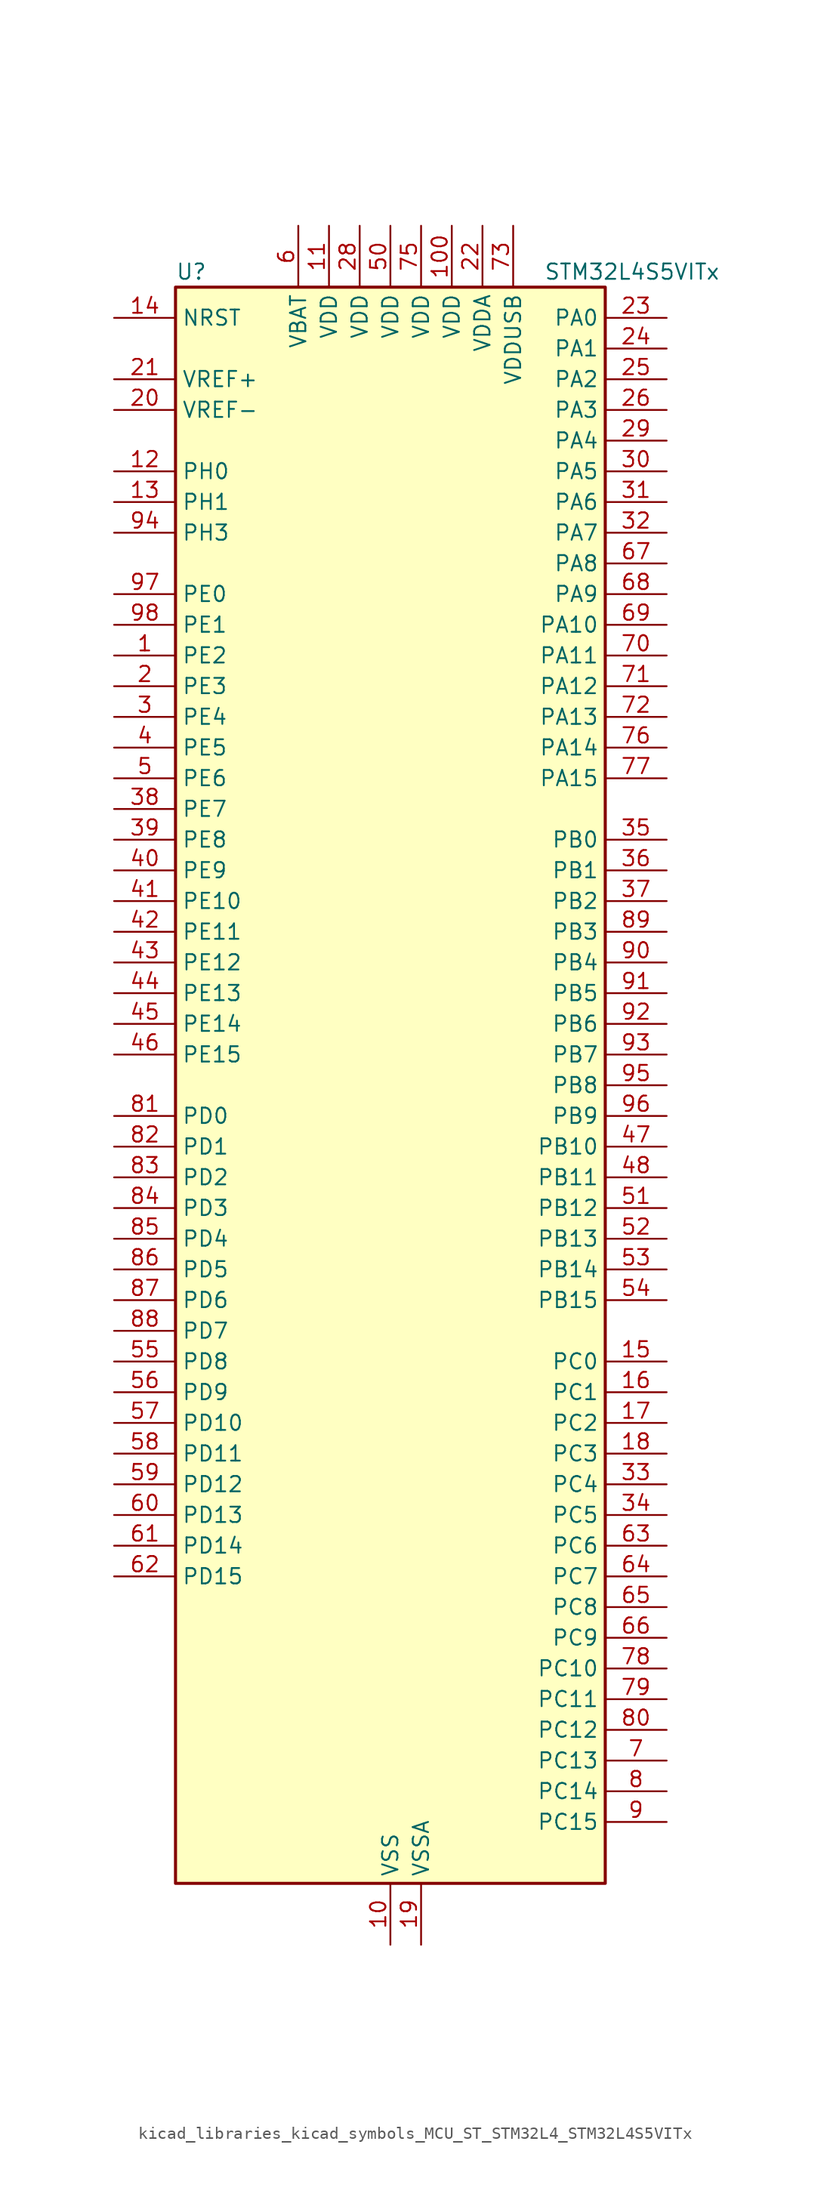
<source format=kicad_sym>
(kicad_symbol_lib
  (version 20220914)
  (generator kicad_symbol_editor)
  (symbol "kicad_libraries_kicad_symbols_MCU_ST_STM32L4_STM32L4S5VITx"
    (property "Reference" "U"
      (at -17.78 67.31 0)
      (effects (font (size 1.27 1.27)) (justify left)))
    (property "Value" "STM32L4S5VITx"
      (at 12.7 67.31 0)
      (effects (font (size 1.27 1.27)) (justify left)))
    (property "ki_locked" ""
      (at 0 0 0)
      (effects (font (size 1.27 1.27))))
    (symbol "kicad_libraries_kicad_symbols_MCU_ST_STM32L4_STM32L4S5VITx_0_1"
      (rectangle (start -17.78 -66.04) (end 17.78 66.04) (stroke (width 0.254) (type default)) (fill (type background))))
    (symbol "kicad_libraries_kicad_symbols_MCU_ST_STM32L4_STM32L4S5VITx_1_1"
      (pin bidirectional line (at -22.86 35.56 0) (length 5.08) (name "PE2" (effects (font (size 1.27 1.27)))) (number "1" (effects (font (size 1.27 1.27)))) (alternate "FMC_A23" bidirectional line) (alternate "SAI1_CK1" bidirectional line) (alternate "SAI1_MCLK_A" bidirectional line) (alternate "SYS_TRACECLK" bidirectional line) (alternate "TIM3_ETR" bidirectional line) (alternate "TSC_G7_IO1" bidirectional line))
      (pin power_in line (at 0 -71.12 90) (length 5.08) (name "VSS" (effects (font (size 1.27 1.27)))) (number "10" (effects (font (size 1.27 1.27)))))
      (pin power_in line (at 5.08 71.12 270) (length 5.08) (name "VDD" (effects (font (size 1.27 1.27)))) (number "100" (effects (font (size 1.27 1.27)))))
      (pin power_in line (at -5.08 71.12 270) (length 5.08) (name "VDD" (effects (font (size 1.27 1.27)))) (number "11" (effects (font (size 1.27 1.27)))))
      (pin bidirectional line (at -22.86 50.8 0) (length 5.08) (name "PH0" (effects (font (size 1.27 1.27)))) (number "12" (effects (font (size 1.27 1.27)))) (alternate "RCC_OSC_IN" bidirectional line))
      (pin bidirectional line (at -22.86 48.26 0) (length 5.08) (name "PH1" (effects (font (size 1.27 1.27)))) (number "13" (effects (font (size 1.27 1.27)))) (alternate "RCC_OSC_OUT" bidirectional line))
      (pin input line (at -22.86 63.5 0) (length 5.08) (name "NRST" (effects (font (size 1.27 1.27)))) (number "14" (effects (font (size 1.27 1.27)))))
      (pin bidirectional line (at 22.86 -22.86 180) (length 5.08) (name "PC0" (effects (font (size 1.27 1.27)))) (number "15" (effects (font (size 1.27 1.27)))) (alternate "ADC1_IN1" bidirectional line) (alternate "DFSDM1_DATIN4" bidirectional line) (alternate "I2C3_SCL" bidirectional line) (alternate "LPTIM1_IN1" bidirectional line) (alternate "LPTIM2_IN1" bidirectional line) (alternate "LPUART1_RX" bidirectional line) (alternate "SAI2_FS_A" bidirectional line))
      (pin bidirectional line (at 22.86 -25.4 180) (length 5.08) (name "PC1" (effects (font (size 1.27 1.27)))) (number "16" (effects (font (size 1.27 1.27)))) (alternate "ADC1_IN2" bidirectional line) (alternate "DFSDM1_CKIN4" bidirectional line) (alternate "I2C3_SDA" bidirectional line) (alternate "LPTIM1_OUT" bidirectional line) (alternate "LPUART1_TX" bidirectional line) (alternate "OCTOSPIM_P1_IO4" bidirectional line) (alternate "SAI1_SD_A" bidirectional line) (alternate "SPI2_MOSI" bidirectional line) (alternate "SYS_TRACED0" bidirectional line))
      (pin bidirectional line (at 22.86 -27.94 180) (length 5.08) (name "PC2" (effects (font (size 1.27 1.27)))) (number "17" (effects (font (size 1.27 1.27)))) (alternate "ADC1_IN3" bidirectional line) (alternate "DFSDM1_CKOUT" bidirectional line) (alternate "LPTIM1_IN2" bidirectional line) (alternate "OCTOSPIM_P1_IO5" bidirectional line) (alternate "SPI2_MISO" bidirectional line))
      (pin bidirectional line (at 22.86 -30.48 180) (length 5.08) (name "PC3" (effects (font (size 1.27 1.27)))) (number "18" (effects (font (size 1.27 1.27)))) (alternate "ADC1_IN4" bidirectional line) (alternate "LPTIM1_ETR" bidirectional line) (alternate "LPTIM2_ETR" bidirectional line) (alternate "OCTOSPIM_P1_IO6" bidirectional line) (alternate "SAI1_D1" bidirectional line) (alternate "SAI1_SD_A" bidirectional line) (alternate "SPI2_MOSI" bidirectional line))
      (pin power_in line (at 2.54 -71.12 90) (length 5.08) (name "VSSA" (effects (font (size 1.27 1.27)))) (number "19" (effects (font (size 1.27 1.27)))))
      (pin bidirectional line (at -22.86 33.02 0) (length 5.08) (name "PE3" (effects (font (size 1.27 1.27)))) (number "2" (effects (font (size 1.27 1.27)))) (alternate "FMC_A19" bidirectional line) (alternate "OCTOSPIM_P1_DQS" bidirectional line) (alternate "SAI1_SD_B" bidirectional line) (alternate "SYS_TRACED0" bidirectional line) (alternate "TIM3_CH1" bidirectional line) (alternate "TSC_G7_IO2" bidirectional line))
      (pin input line (at -22.86 55.88 0) (length 5.08) (name "VREF-" (effects (font (size 1.27 1.27)))) (number "20" (effects (font (size 1.27 1.27)))))
      (pin input line (at -22.86 58.42 0) (length 5.08) (name "VREF+" (effects (font (size 1.27 1.27)))) (number "21" (effects (font (size 1.27 1.27)))) (alternate "VREFBUF_OUT" bidirectional line))
      (pin power_in line (at 7.62 71.12 270) (length 5.08) (name "VDDA" (effects (font (size 1.27 1.27)))) (number "22" (effects (font (size 1.27 1.27)))))
      (pin bidirectional line (at 22.86 63.5 180) (length 5.08) (name "PA0" (effects (font (size 1.27 1.27)))) (number "23" (effects (font (size 1.27 1.27)))) (alternate "ADC1_IN5" bidirectional line) (alternate "OPAMP1_VINP" bidirectional line) (alternate "RTC_TAMP2" bidirectional line) (alternate "SAI1_EXTCLK" bidirectional line) (alternate "SYS_WKUP1" bidirectional line) (alternate "TIM2_CH1" bidirectional line) (alternate "TIM2_ETR" bidirectional line) (alternate "TIM5_CH1" bidirectional line) (alternate "TIM8_ETR" bidirectional line) (alternate "UART4_TX" bidirectional line) (alternate "USART2_CTS" bidirectional line) (alternate "USART2_NSS" bidirectional line))
      (pin bidirectional line (at 22.86 60.96 180) (length 5.08) (name "PA1" (effects (font (size 1.27 1.27)))) (number "24" (effects (font (size 1.27 1.27)))) (alternate "ADC1_IN6" bidirectional line) (alternate "I2C1_SMBA" bidirectional line) (alternate "OCTOSPIM_P1_DQS" bidirectional line) (alternate "OPAMP1_VINM" bidirectional line) (alternate "SPI1_SCK" bidirectional line) (alternate "TIM15_CH1N" bidirectional line) (alternate "TIM2_CH2" bidirectional line) (alternate "TIM5_CH2" bidirectional line) (alternate "UART4_RX" bidirectional line) (alternate "USART2_DE" bidirectional line) (alternate "USART2_RTS" bidirectional line))
      (pin bidirectional line (at 22.86 58.42 180) (length 5.08) (name "PA2" (effects (font (size 1.27 1.27)))) (number "25" (effects (font (size 1.27 1.27)))) (alternate "ADC1_IN7" bidirectional line) (alternate "LPUART1_TX" bidirectional line) (alternate "OCTOSPIM_P1_NCS" bidirectional line) (alternate "RCC_LSCO" bidirectional line) (alternate "SAI2_EXTCLK" bidirectional line) (alternate "SYS_WKUP4" bidirectional line) (alternate "TIM15_CH1" bidirectional line) (alternate "TIM2_CH3" bidirectional line) (alternate "TIM5_CH3" bidirectional line) (alternate "USART2_TX" bidirectional line))
      (pin bidirectional line (at 22.86 55.88 180) (length 5.08) (name "PA3" (effects (font (size 1.27 1.27)))) (number "26" (effects (font (size 1.27 1.27)))) (alternate "ADC1_IN8" bidirectional line) (alternate "LPUART1_RX" bidirectional line) (alternate "OCTOSPIM_P1_CLK" bidirectional line) (alternate "OPAMP1_VOUT" bidirectional line) (alternate "SAI1_CK1" bidirectional line) (alternate "SAI1_MCLK_A" bidirectional line) (alternate "TIM15_CH2" bidirectional line) (alternate "TIM2_CH4" bidirectional line) (alternate "TIM5_CH4" bidirectional line) (alternate "USART2_RX" bidirectional line))
      (pin passive line (at 0 -71.12 90) (length 5.08) hide (name "VSS" (effects (font (size 1.27 1.27)))) (number "27" (effects (font (size 1.27 1.27)))))
      (pin power_in line (at -2.54 71.12 270) (length 5.08) (name "VDD" (effects (font (size 1.27 1.27)))) (number "28" (effects (font (size 1.27 1.27)))))
      (pin bidirectional line (at 22.86 53.34 180) (length 5.08) (name "PA4" (effects (font (size 1.27 1.27)))) (number "29" (effects (font (size 1.27 1.27)))) (alternate "ADC1_IN9" bidirectional line) (alternate "DAC1_OUT1" bidirectional line) (alternate "DCMI_HSYNC" bidirectional line) (alternate "LPTIM2_OUT" bidirectional line) (alternate "OCTOSPIM_P1_NCS" bidirectional line) (alternate "SAI1_FS_B" bidirectional line) (alternate "SPI1_NSS" bidirectional line) (alternate "SPI3_NSS" bidirectional line) (alternate "USART2_CK" bidirectional line))
      (pin bidirectional line (at -22.86 30.48 0) (length 5.08) (name "PE4" (effects (font (size 1.27 1.27)))) (number "3" (effects (font (size 1.27 1.27)))) (alternate "DCMI_D4" bidirectional line) (alternate "DFSDM1_DATIN3" bidirectional line) (alternate "FMC_A20" bidirectional line) (alternate "SAI1_D2" bidirectional line) (alternate "SAI1_FS_A" bidirectional line) (alternate "SYS_TRACED1" bidirectional line) (alternate "TIM3_CH2" bidirectional line) (alternate "TSC_G7_IO3" bidirectional line))
      (pin bidirectional line (at 22.86 50.8 180) (length 5.08) (name "PA5" (effects (font (size 1.27 1.27)))) (number "30" (effects (font (size 1.27 1.27)))) (alternate "ADC1_IN10" bidirectional line) (alternate "DAC1_OUT2" bidirectional line) (alternate "LPTIM2_ETR" bidirectional line) (alternate "SPI1_SCK" bidirectional line) (alternate "TIM2_CH1" bidirectional line) (alternate "TIM2_ETR" bidirectional line) (alternate "TIM8_CH1N" bidirectional line))
      (pin bidirectional line (at 22.86 48.26 180) (length 5.08) (name "PA6" (effects (font (size 1.27 1.27)))) (number "31" (effects (font (size 1.27 1.27)))) (alternate "ADC1_IN11" bidirectional line) (alternate "DCMI_PIXCLK" bidirectional line) (alternate "LPUART1_CTS" bidirectional line) (alternate "OCTOSPIM_P1_IO3" bidirectional line) (alternate "OPAMP2_VINP" bidirectional line) (alternate "SPI1_MISO" bidirectional line) (alternate "TIM16_CH1" bidirectional line) (alternate "TIM1_BKIN" bidirectional line) (alternate "TIM3_CH1" bidirectional line) (alternate "TIM8_BKIN" bidirectional line) (alternate "USART3_CTS" bidirectional line) (alternate "USART3_NSS" bidirectional line))
      (pin bidirectional line (at 22.86 45.72 180) (length 5.08) (name "PA7" (effects (font (size 1.27 1.27)))) (number "32" (effects (font (size 1.27 1.27)))) (alternate "ADC1_IN12" bidirectional line) (alternate "I2C3_SCL" bidirectional line) (alternate "OCTOSPIM_P1_IO2" bidirectional line) (alternate "OPAMP2_VINM" bidirectional line) (alternate "SPI1_MOSI" bidirectional line) (alternate "TIM17_CH1" bidirectional line) (alternate "TIM1_CH1N" bidirectional line) (alternate "TIM3_CH2" bidirectional line) (alternate "TIM8_CH1N" bidirectional line))
      (pin bidirectional line (at 22.86 -33.02 180) (length 5.08) (name "PC4" (effects (font (size 1.27 1.27)))) (number "33" (effects (font (size 1.27 1.27)))) (alternate "ADC1_IN13" bidirectional line) (alternate "COMP1_INM" bidirectional line) (alternate "OCTOSPIM_P1_IO7" bidirectional line) (alternate "USART3_TX" bidirectional line))
      (pin bidirectional line (at 22.86 -35.56 180) (length 5.08) (name "PC5" (effects (font (size 1.27 1.27)))) (number "34" (effects (font (size 1.27 1.27)))) (alternate "ADC1_IN14" bidirectional line) (alternate "COMP1_INP" bidirectional line) (alternate "SAI1_D3" bidirectional line) (alternate "SYS_WKUP5" bidirectional line) (alternate "USART3_RX" bidirectional line))
      (pin bidirectional line (at 22.86 20.32 180) (length 5.08) (name "PB0" (effects (font (size 1.27 1.27)))) (number "35" (effects (font (size 1.27 1.27)))) (alternate "ADC1_IN15" bidirectional line) (alternate "COMP1_OUT" bidirectional line) (alternate "OCTOSPIM_P1_IO1" bidirectional line) (alternate "OPAMP2_VOUT" bidirectional line) (alternate "SAI1_EXTCLK" bidirectional line) (alternate "SPI1_NSS" bidirectional line) (alternate "TIM1_CH2N" bidirectional line) (alternate "TIM3_CH3" bidirectional line) (alternate "TIM8_CH2N" bidirectional line) (alternate "USART3_CK" bidirectional line))
      (pin bidirectional line (at 22.86 17.78 180) (length 5.08) (name "PB1" (effects (font (size 1.27 1.27)))) (number "36" (effects (font (size 1.27 1.27)))) (alternate "ADC1_IN16" bidirectional line) (alternate "COMP1_INM" bidirectional line) (alternate "DFSDM1_DATIN0" bidirectional line) (alternate "LPTIM2_IN1" bidirectional line) (alternate "LPUART1_DE" bidirectional line) (alternate "LPUART1_RTS" bidirectional line) (alternate "OCTOSPIM_P1_IO0" bidirectional line) (alternate "TIM1_CH3N" bidirectional line) (alternate "TIM3_CH4" bidirectional line) (alternate "TIM8_CH3N" bidirectional line) (alternate "USART3_DE" bidirectional line) (alternate "USART3_RTS" bidirectional line))
      (pin bidirectional line (at 22.86 15.24 180) (length 5.08) (name "PB2" (effects (font (size 1.27 1.27)))) (number "37" (effects (font (size 1.27 1.27)))) (alternate "COMP1_INP" bidirectional line) (alternate "DFSDM1_CKIN0" bidirectional line) (alternate "I2C3_SMBA" bidirectional line) (alternate "LPTIM1_OUT" bidirectional line) (alternate "OCTOSPIM_P1_DQS" bidirectional line) (alternate "RTC_OUT_ALARM" bidirectional line) (alternate "RTC_OUT_CALIB" bidirectional line))
      (pin bidirectional line (at -22.86 22.86 0) (length 5.08) (name "PE7" (effects (font (size 1.27 1.27)))) (number "38" (effects (font (size 1.27 1.27)))) (alternate "DFSDM1_DATIN2" bidirectional line) (alternate "FMC_D4" bidirectional line) (alternate "FMC_DA4" bidirectional line) (alternate "SAI1_SD_B" bidirectional line) (alternate "TIM1_ETR" bidirectional line))
      (pin bidirectional line (at -22.86 20.32 0) (length 5.08) (name "PE8" (effects (font (size 1.27 1.27)))) (number "39" (effects (font (size 1.27 1.27)))) (alternate "DFSDM1_CKIN2" bidirectional line) (alternate "FMC_D5" bidirectional line) (alternate "FMC_DA5" bidirectional line) (alternate "SAI1_SCK_B" bidirectional line) (alternate "TIM1_CH1N" bidirectional line))
      (pin bidirectional line (at -22.86 27.94 0) (length 5.08) (name "PE5" (effects (font (size 1.27 1.27)))) (number "4" (effects (font (size 1.27 1.27)))) (alternate "DCMI_D6" bidirectional line) (alternate "DFSDM1_CKIN3" bidirectional line) (alternate "FMC_A21" bidirectional line) (alternate "SAI1_CK2" bidirectional line) (alternate "SAI1_SCK_A" bidirectional line) (alternate "SYS_TRACED2" bidirectional line) (alternate "TIM3_CH3" bidirectional line) (alternate "TSC_G7_IO4" bidirectional line))
      (pin bidirectional line (at -22.86 17.78 0) (length 5.08) (name "PE9" (effects (font (size 1.27 1.27)))) (number "40" (effects (font (size 1.27 1.27)))) (alternate "DAC1_EXTI9" bidirectional line) (alternate "DFSDM1_CKOUT" bidirectional line) (alternate "FMC_D6" bidirectional line) (alternate "FMC_DA6" bidirectional line) (alternate "SAI1_FS_B" bidirectional line) (alternate "TIM1_CH1" bidirectional line))
      (pin bidirectional line (at -22.86 15.24 0) (length 5.08) (name "PE10" (effects (font (size 1.27 1.27)))) (number "41" (effects (font (size 1.27 1.27)))) (alternate "DFSDM1_DATIN4" bidirectional line) (alternate "FMC_D7" bidirectional line) (alternate "FMC_DA7" bidirectional line) (alternate "OCTOSPIM_P1_CLK" bidirectional line) (alternate "SAI1_MCLK_B" bidirectional line) (alternate "TIM1_CH2N" bidirectional line) (alternate "TSC_G5_IO1" bidirectional line))
      (pin bidirectional line (at -22.86 12.7 0) (length 5.08) (name "PE11" (effects (font (size 1.27 1.27)))) (number "42" (effects (font (size 1.27 1.27)))) (alternate "ADC1_EXTI11" bidirectional line) (alternate "DFSDM1_CKIN4" bidirectional line) (alternate "FMC_D8" bidirectional line) (alternate "FMC_DA8" bidirectional line) (alternate "OCTOSPIM_P1_NCS" bidirectional line) (alternate "TIM1_CH2" bidirectional line) (alternate "TSC_G5_IO2" bidirectional line))
      (pin bidirectional line (at -22.86 10.16 0) (length 5.08) (name "PE12" (effects (font (size 1.27 1.27)))) (number "43" (effects (font (size 1.27 1.27)))) (alternate "DFSDM1_DATIN5" bidirectional line) (alternate "FMC_D9" bidirectional line) (alternate "FMC_DA9" bidirectional line) (alternate "OCTOSPIM_P1_IO0" bidirectional line) (alternate "SPI1_NSS" bidirectional line) (alternate "TIM1_CH3N" bidirectional line) (alternate "TSC_G5_IO3" bidirectional line))
      (pin bidirectional line (at -22.86 7.62 0) (length 5.08) (name "PE13" (effects (font (size 1.27 1.27)))) (number "44" (effects (font (size 1.27 1.27)))) (alternate "DFSDM1_CKIN5" bidirectional line) (alternate "FMC_D10" bidirectional line) (alternate "FMC_DA10" bidirectional line) (alternate "OCTOSPIM_P1_IO1" bidirectional line) (alternate "SPI1_SCK" bidirectional line) (alternate "TIM1_CH3" bidirectional line) (alternate "TSC_G5_IO4" bidirectional line))
      (pin bidirectional line (at -22.86 5.08 0) (length 5.08) (name "PE14" (effects (font (size 1.27 1.27)))) (number "45" (effects (font (size 1.27 1.27)))) (alternate "FMC_D11" bidirectional line) (alternate "FMC_DA11" bidirectional line) (alternate "OCTOSPIM_P1_IO2" bidirectional line) (alternate "SPI1_MISO" bidirectional line) (alternate "TIM1_BKIN2" bidirectional line) (alternate "TIM1_CH4" bidirectional line))
      (pin bidirectional line (at -22.86 2.54 0) (length 5.08) (name "PE15" (effects (font (size 1.27 1.27)))) (number "46" (effects (font (size 1.27 1.27)))) (alternate "ADC1_EXTI15" bidirectional line) (alternate "FMC_D12" bidirectional line) (alternate "FMC_DA12" bidirectional line) (alternate "OCTOSPIM_P1_IO3" bidirectional line) (alternate "SPI1_MOSI" bidirectional line) (alternate "TIM1_BKIN" bidirectional line))
      (pin bidirectional line (at 22.86 -5.08 180) (length 5.08) (name "PB10" (effects (font (size 1.27 1.27)))) (number "47" (effects (font (size 1.27 1.27)))) (alternate "COMP1_OUT" bidirectional line) (alternate "DFSDM1_DATIN7" bidirectional line) (alternate "I2C2_SCL" bidirectional line) (alternate "I2C4_SCL" bidirectional line) (alternate "LPUART1_RX" bidirectional line) (alternate "OCTOSPIM_P1_CLK" bidirectional line) (alternate "SAI1_SCK_A" bidirectional line) (alternate "SPI2_SCK" bidirectional line) (alternate "TIM2_CH3" bidirectional line) (alternate "TSC_SYNC" bidirectional line) (alternate "USART3_TX" bidirectional line))
      (pin bidirectional line (at 22.86 -7.62 180) (length 5.08) (name "PB11" (effects (font (size 1.27 1.27)))) (number "48" (effects (font (size 1.27 1.27)))) (alternate "ADC1_EXTI11" bidirectional line) (alternate "COMP2_OUT" bidirectional line) (alternate "DFSDM1_CKIN7" bidirectional line) (alternate "I2C2_SDA" bidirectional line) (alternate "I2C4_SDA" bidirectional line) (alternate "LPUART1_TX" bidirectional line) (alternate "OCTOSPIM_P1_NCS" bidirectional line) (alternate "TIM2_CH4" bidirectional line) (alternate "USART3_RX" bidirectional line))
      (pin passive line (at 0 -71.12 90) (length 5.08) hide (name "VSS" (effects (font (size 1.27 1.27)))) (number "49" (effects (font (size 1.27 1.27)))))
      (pin bidirectional line (at -22.86 25.4 0) (length 5.08) (name "PE6" (effects (font (size 1.27 1.27)))) (number "5" (effects (font (size 1.27 1.27)))) (alternate "DCMI_D7" bidirectional line) (alternate "FMC_A22" bidirectional line) (alternate "RTC_TAMP3" bidirectional line) (alternate "SAI1_D1" bidirectional line) (alternate "SAI1_SD_A" bidirectional line) (alternate "SYS_TRACED3" bidirectional line) (alternate "SYS_WKUP3" bidirectional line) (alternate "TIM3_CH4" bidirectional line))
      (pin power_in line (at 0 71.12 270) (length 5.08) (name "VDD" (effects (font (size 1.27 1.27)))) (number "50" (effects (font (size 1.27 1.27)))))
      (pin bidirectional line (at 22.86 -10.16 180) (length 5.08) (name "PB12" (effects (font (size 1.27 1.27)))) (number "51" (effects (font (size 1.27 1.27)))) (alternate "DFSDM1_DATIN1" bidirectional line) (alternate "I2C2_SMBA" bidirectional line) (alternate "LPUART1_DE" bidirectional line) (alternate "LPUART1_RTS" bidirectional line) (alternate "SAI2_FS_A" bidirectional line) (alternate "SPI2_NSS" bidirectional line) (alternate "TIM15_BKIN" bidirectional line) (alternate "TIM1_BKIN" bidirectional line) (alternate "TSC_G1_IO1" bidirectional line) (alternate "USART3_CK" bidirectional line))
      (pin bidirectional line (at 22.86 -12.7 180) (length 5.08) (name "PB13" (effects (font (size 1.27 1.27)))) (number "52" (effects (font (size 1.27 1.27)))) (alternate "DFSDM1_CKIN1" bidirectional line) (alternate "I2C2_SCL" bidirectional line) (alternate "LPUART1_CTS" bidirectional line) (alternate "SAI2_SCK_A" bidirectional line) (alternate "SPI2_SCK" bidirectional line) (alternate "TIM15_CH1N" bidirectional line) (alternate "TIM1_CH1N" bidirectional line) (alternate "TSC_G1_IO2" bidirectional line) (alternate "USART3_CTS" bidirectional line) (alternate "USART3_NSS" bidirectional line))
      (pin bidirectional line (at 22.86 -15.24 180) (length 5.08) (name "PB14" (effects (font (size 1.27 1.27)))) (number "53" (effects (font (size 1.27 1.27)))) (alternate "DFSDM1_DATIN2" bidirectional line) (alternate "I2C2_SDA" bidirectional line) (alternate "SAI2_MCLK_A" bidirectional line) (alternate "SPI2_MISO" bidirectional line) (alternate "TIM15_CH1" bidirectional line) (alternate "TIM1_CH2N" bidirectional line) (alternate "TIM8_CH2N" bidirectional line) (alternate "TSC_G1_IO3" bidirectional line) (alternate "USART3_DE" bidirectional line) (alternate "USART3_RTS" bidirectional line))
      (pin bidirectional line (at 22.86 -17.78 180) (length 5.08) (name "PB15" (effects (font (size 1.27 1.27)))) (number "54" (effects (font (size 1.27 1.27)))) (alternate "ADC1_EXTI15" bidirectional line) (alternate "DFSDM1_CKIN2" bidirectional line) (alternate "RTC_REFIN" bidirectional line) (alternate "SAI2_SD_A" bidirectional line) (alternate "SPI2_MOSI" bidirectional line) (alternate "TIM15_CH2" bidirectional line) (alternate "TIM1_CH3N" bidirectional line) (alternate "TIM8_CH3N" bidirectional line) (alternate "TSC_G1_IO4" bidirectional line))
      (pin bidirectional line (at -22.86 -22.86 0) (length 5.08) (name "PD8" (effects (font (size 1.27 1.27)))) (number "55" (effects (font (size 1.27 1.27)))) (alternate "DCMI_HSYNC" bidirectional line) (alternate "FMC_D13" bidirectional line) (alternate "FMC_DA13" bidirectional line) (alternate "USART3_TX" bidirectional line))
      (pin bidirectional line (at -22.86 -25.4 0) (length 5.08) (name "PD9" (effects (font (size 1.27 1.27)))) (number "56" (effects (font (size 1.27 1.27)))) (alternate "DAC1_EXTI9" bidirectional line) (alternate "DCMI_PIXCLK" bidirectional line) (alternate "FMC_D14" bidirectional line) (alternate "FMC_DA14" bidirectional line) (alternate "SAI2_MCLK_A" bidirectional line) (alternate "USART3_RX" bidirectional line))
      (pin bidirectional line (at -22.86 -27.94 0) (length 5.08) (name "PD10" (effects (font (size 1.27 1.27)))) (number "57" (effects (font (size 1.27 1.27)))) (alternate "FMC_D15" bidirectional line) (alternate "FMC_DA15" bidirectional line) (alternate "SAI2_SCK_A" bidirectional line) (alternate "TSC_G6_IO1" bidirectional line) (alternate "USART3_CK" bidirectional line))
      (pin bidirectional line (at -22.86 -30.48 0) (length 5.08) (name "PD11" (effects (font (size 1.27 1.27)))) (number "58" (effects (font (size 1.27 1.27)))) (alternate "ADC1_EXTI11" bidirectional line) (alternate "FMC_A16" bidirectional line) (alternate "FMC_CLE" bidirectional line) (alternate "I2C4_SMBA" bidirectional line) (alternate "LPTIM2_ETR" bidirectional line) (alternate "SAI2_SD_A" bidirectional line) (alternate "TSC_G6_IO2" bidirectional line) (alternate "USART3_CTS" bidirectional line) (alternate "USART3_NSS" bidirectional line))
      (pin bidirectional line (at -22.86 -33.02 0) (length 5.08) (name "PD12" (effects (font (size 1.27 1.27)))) (number "59" (effects (font (size 1.27 1.27)))) (alternate "FMC_A17" bidirectional line) (alternate "FMC_ALE" bidirectional line) (alternate "I2C4_SCL" bidirectional line) (alternate "LPTIM2_IN1" bidirectional line) (alternate "SAI2_FS_A" bidirectional line) (alternate "TIM4_CH1" bidirectional line) (alternate "TSC_G6_IO3" bidirectional line) (alternate "USART3_DE" bidirectional line) (alternate "USART3_RTS" bidirectional line))
      (pin power_in line (at -7.62 71.12 270) (length 5.08) (name "VBAT" (effects (font (size 1.27 1.27)))) (number "6" (effects (font (size 1.27 1.27)))))
      (pin bidirectional line (at -22.86 -35.56 0) (length 5.08) (name "PD13" (effects (font (size 1.27 1.27)))) (number "60" (effects (font (size 1.27 1.27)))) (alternate "FMC_A18" bidirectional line) (alternate "I2C4_SDA" bidirectional line) (alternate "LPTIM2_OUT" bidirectional line) (alternate "TIM4_CH2" bidirectional line) (alternate "TSC_G6_IO4" bidirectional line))
      (pin bidirectional line (at -22.86 -38.1 0) (length 5.08) (name "PD14" (effects (font (size 1.27 1.27)))) (number "61" (effects (font (size 1.27 1.27)))) (alternate "FMC_D0" bidirectional line) (alternate "FMC_DA0" bidirectional line) (alternate "TIM4_CH3" bidirectional line))
      (pin bidirectional line (at -22.86 -40.64 0) (length 5.08) (name "PD15" (effects (font (size 1.27 1.27)))) (number "62" (effects (font (size 1.27 1.27)))) (alternate "ADC1_EXTI15" bidirectional line) (alternate "FMC_D1" bidirectional line) (alternate "FMC_DA1" bidirectional line) (alternate "TIM4_CH4" bidirectional line))
      (pin bidirectional line (at 22.86 -38.1 180) (length 5.08) (name "PC6" (effects (font (size 1.27 1.27)))) (number "63" (effects (font (size 1.27 1.27)))) (alternate "DCMI_D0" bidirectional line) (alternate "DFSDM1_CKIN3" bidirectional line) (alternate "SAI2_MCLK_A" bidirectional line) (alternate "SDMMC1_D0DIR" bidirectional line) (alternate "SDMMC1_D6" bidirectional line) (alternate "TIM3_CH1" bidirectional line) (alternate "TIM8_CH1" bidirectional line) (alternate "TSC_G4_IO1" bidirectional line))
      (pin bidirectional line (at 22.86 -40.64 180) (length 5.08) (name "PC7" (effects (font (size 1.27 1.27)))) (number "64" (effects (font (size 1.27 1.27)))) (alternate "DCMI_D1" bidirectional line) (alternate "DFSDM1_DATIN3" bidirectional line) (alternate "SAI2_MCLK_B" bidirectional line) (alternate "SDMMC1_D123DIR" bidirectional line) (alternate "SDMMC1_D7" bidirectional line) (alternate "TIM3_CH2" bidirectional line) (alternate "TIM8_CH2" bidirectional line) (alternate "TSC_G4_IO2" bidirectional line))
      (pin bidirectional line (at 22.86 -43.18 180) (length 5.08) (name "PC8" (effects (font (size 1.27 1.27)))) (number "65" (effects (font (size 1.27 1.27)))) (alternate "DCMI_D2" bidirectional line) (alternate "SDMMC1_D0" bidirectional line) (alternate "TIM3_CH3" bidirectional line) (alternate "TIM8_CH3" bidirectional line) (alternate "TSC_G4_IO3" bidirectional line))
      (pin bidirectional line (at 22.86 -45.72 180) (length 5.08) (name "PC9" (effects (font (size 1.27 1.27)))) (number "66" (effects (font (size 1.27 1.27)))) (alternate "DAC1_EXTI9" bidirectional line) (alternate "DCMI_D3" bidirectional line) (alternate "I2C3_SDA" bidirectional line) (alternate "SAI2_EXTCLK" bidirectional line) (alternate "SDMMC1_D1" bidirectional line) (alternate "SYS_TRACED0" bidirectional line) (alternate "TIM3_CH4" bidirectional line) (alternate "TIM8_BKIN2" bidirectional line) (alternate "TIM8_CH4" bidirectional line) (alternate "TSC_G4_IO4" bidirectional line) (alternate "USB_OTG_FS_NOE" bidirectional line))
      (pin bidirectional line (at 22.86 43.18 180) (length 5.08) (name "PA8" (effects (font (size 1.27 1.27)))) (number "67" (effects (font (size 1.27 1.27)))) (alternate "LPTIM2_OUT" bidirectional line) (alternate "RCC_MCO" bidirectional line) (alternate "SAI1_CK2" bidirectional line) (alternate "SAI1_SCK_A" bidirectional line) (alternate "TIM1_CH1" bidirectional line) (alternate "USART1_CK" bidirectional line) (alternate "USB_OTG_FS_SOF" bidirectional line))
      (pin bidirectional line (at 22.86 40.64 180) (length 5.08) (name "PA9" (effects (font (size 1.27 1.27)))) (number "68" (effects (font (size 1.27 1.27)))) (alternate "DAC1_EXTI9" bidirectional line) (alternate "DCMI_D0" bidirectional line) (alternate "SAI1_FS_A" bidirectional line) (alternate "SPI2_SCK" bidirectional line) (alternate "TIM15_BKIN" bidirectional line) (alternate "TIM1_CH2" bidirectional line) (alternate "USART1_TX" bidirectional line) (alternate "USB_OTG_FS_VBUS" bidirectional line))
      (pin bidirectional line (at 22.86 38.1 180) (length 5.08) (name "PA10" (effects (font (size 1.27 1.27)))) (number "69" (effects (font (size 1.27 1.27)))) (alternate "DCMI_D1" bidirectional line) (alternate "SAI1_D1" bidirectional line) (alternate "SAI1_SD_A" bidirectional line) (alternate "TIM17_BKIN" bidirectional line) (alternate "TIM1_CH3" bidirectional line) (alternate "USART1_RX" bidirectional line) (alternate "USB_OTG_FS_ID" bidirectional line))
      (pin bidirectional line (at 22.86 -55.88 180) (length 5.08) (name "PC13" (effects (font (size 1.27 1.27)))) (number "7" (effects (font (size 1.27 1.27)))) (alternate "RTC_OUT_ALARM" bidirectional line) (alternate "RTC_OUT_CALIB" bidirectional line) (alternate "RTC_TAMP1" bidirectional line) (alternate "RTC_TS" bidirectional line) (alternate "SYS_WKUP2" bidirectional line))
      (pin bidirectional line (at 22.86 35.56 180) (length 5.08) (name "PA11" (effects (font (size 1.27 1.27)))) (number "70" (effects (font (size 1.27 1.27)))) (alternate "ADC1_EXTI11" bidirectional line) (alternate "CAN1_RX" bidirectional line) (alternate "SPI1_MISO" bidirectional line) (alternate "TIM1_BKIN2" bidirectional line) (alternate "TIM1_CH4" bidirectional line) (alternate "USART1_CTS" bidirectional line) (alternate "USART1_NSS" bidirectional line) (alternate "USB_OTG_FS_DM" bidirectional line))
      (pin bidirectional line (at 22.86 33.02 180) (length 5.08) (name "PA12" (effects (font (size 1.27 1.27)))) (number "71" (effects (font (size 1.27 1.27)))) (alternate "CAN1_TX" bidirectional line) (alternate "SPI1_MOSI" bidirectional line) (alternate "TIM1_ETR" bidirectional line) (alternate "USART1_DE" bidirectional line) (alternate "USART1_RTS" bidirectional line) (alternate "USB_OTG_FS_DP" bidirectional line))
      (pin bidirectional line (at 22.86 30.48 180) (length 5.08) (name "PA13" (effects (font (size 1.27 1.27)))) (number "72" (effects (font (size 1.27 1.27)))) (alternate "IR_OUT" bidirectional line) (alternate "SAI1_SD_B" bidirectional line) (alternate "SYS_JTMS-SWDIO" bidirectional line) (alternate "USB_OTG_FS_NOE" bidirectional line))
      (pin power_in line (at 10.16 71.12 270) (length 5.08) (name "VDDUSB" (effects (font (size 1.27 1.27)))) (number "73" (effects (font (size 1.27 1.27)))))
      (pin passive line (at 0 -71.12 90) (length 5.08) hide (name "VSS" (effects (font (size 1.27 1.27)))) (number "74" (effects (font (size 1.27 1.27)))))
      (pin power_in line (at 2.54 71.12 270) (length 5.08) (name "VDD" (effects (font (size 1.27 1.27)))) (number "75" (effects (font (size 1.27 1.27)))))
      (pin bidirectional line (at 22.86 27.94 180) (length 5.08) (name "PA14" (effects (font (size 1.27 1.27)))) (number "76" (effects (font (size 1.27 1.27)))) (alternate "I2C1_SMBA" bidirectional line) (alternate "I2C4_SMBA" bidirectional line) (alternate "LPTIM1_OUT" bidirectional line) (alternate "SAI1_FS_B" bidirectional line) (alternate "SYS_JTCK-SWCLK" bidirectional line) (alternate "USB_OTG_FS_SOF" bidirectional line))
      (pin bidirectional line (at 22.86 25.4 180) (length 5.08) (name "PA15" (effects (font (size 1.27 1.27)))) (number "77" (effects (font (size 1.27 1.27)))) (alternate "ADC1_EXTI15" bidirectional line) (alternate "SAI2_FS_B" bidirectional line) (alternate "SPI1_NSS" bidirectional line) (alternate "SPI3_NSS" bidirectional line) (alternate "SYS_JTDI" bidirectional line) (alternate "TIM2_CH1" bidirectional line) (alternate "TIM2_ETR" bidirectional line) (alternate "TSC_G3_IO1" bidirectional line) (alternate "UART4_DE" bidirectional line) (alternate "UART4_RTS" bidirectional line) (alternate "USART2_RX" bidirectional line) (alternate "USART3_DE" bidirectional line) (alternate "USART3_RTS" bidirectional line))
      (pin bidirectional line (at 22.86 -48.26 180) (length 5.08) (name "PC10" (effects (font (size 1.27 1.27)))) (number "78" (effects (font (size 1.27 1.27)))) (alternate "DCMI_D8" bidirectional line) (alternate "SAI2_SCK_B" bidirectional line) (alternate "SDMMC1_D2" bidirectional line) (alternate "SPI3_SCK" bidirectional line) (alternate "SYS_TRACED1" bidirectional line) (alternate "TSC_G3_IO2" bidirectional line) (alternate "UART4_TX" bidirectional line) (alternate "USART3_TX" bidirectional line))
      (pin bidirectional line (at 22.86 -50.8 180) (length 5.08) (name "PC11" (effects (font (size 1.27 1.27)))) (number "79" (effects (font (size 1.27 1.27)))) (alternate "ADC1_EXTI11" bidirectional line) (alternate "DCMI_D2" bidirectional line) (alternate "DCMI_D4" bidirectional line) (alternate "OCTOSPIM_P1_NCS" bidirectional line) (alternate "SAI2_MCLK_B" bidirectional line) (alternate "SDMMC1_D3" bidirectional line) (alternate "SPI3_MISO" bidirectional line) (alternate "TSC_G3_IO3" bidirectional line) (alternate "UART4_RX" bidirectional line) (alternate "USART3_RX" bidirectional line))
      (pin bidirectional line (at 22.86 -58.42 180) (length 5.08) (name "PC14" (effects (font (size 1.27 1.27)))) (number "8" (effects (font (size 1.27 1.27)))) (alternate "RCC_OSC32_IN" bidirectional line))
      (pin bidirectional line (at 22.86 -53.34 180) (length 5.08) (name "PC12" (effects (font (size 1.27 1.27)))) (number "80" (effects (font (size 1.27 1.27)))) (alternate "DCMI_D9" bidirectional line) (alternate "SAI2_SD_B" bidirectional line) (alternate "SDMMC1_CK" bidirectional line) (alternate "SPI3_MOSI" bidirectional line) (alternate "SYS_TRACED3" bidirectional line) (alternate "TSC_G3_IO4" bidirectional line) (alternate "UART5_TX" bidirectional line) (alternate "USART3_CK" bidirectional line))
      (pin bidirectional line (at -22.86 -2.54 0) (length 5.08) (name "PD0" (effects (font (size 1.27 1.27)))) (number "81" (effects (font (size 1.27 1.27)))) (alternate "CAN1_RX" bidirectional line) (alternate "DFSDM1_DATIN7" bidirectional line) (alternate "FMC_D2" bidirectional line) (alternate "FMC_DA2" bidirectional line) (alternate "SPI2_NSS" bidirectional line))
      (pin bidirectional line (at -22.86 -5.08 0) (length 5.08) (name "PD1" (effects (font (size 1.27 1.27)))) (number "82" (effects (font (size 1.27 1.27)))) (alternate "CAN1_TX" bidirectional line) (alternate "DFSDM1_CKIN7" bidirectional line) (alternate "FMC_D3" bidirectional line) (alternate "FMC_DA3" bidirectional line) (alternate "SPI2_SCK" bidirectional line))
      (pin bidirectional line (at -22.86 -7.62 0) (length 5.08) (name "PD2" (effects (font (size 1.27 1.27)))) (number "83" (effects (font (size 1.27 1.27)))) (alternate "DCMI_D11" bidirectional line) (alternate "SDMMC1_CMD" bidirectional line) (alternate "SYS_TRACED2" bidirectional line) (alternate "TIM3_ETR" bidirectional line) (alternate "TSC_SYNC" bidirectional line) (alternate "UART5_RX" bidirectional line) (alternate "USART3_DE" bidirectional line) (alternate "USART3_RTS" bidirectional line))
      (pin bidirectional line (at -22.86 -10.16 0) (length 5.08) (name "PD3" (effects (font (size 1.27 1.27)))) (number "84" (effects (font (size 1.27 1.27)))) (alternate "DCMI_D5" bidirectional line) (alternate "DFSDM1_DATIN0" bidirectional line) (alternate "FMC_CLK" bidirectional line) (alternate "OCTOSPIM_P2_NCS" bidirectional line) (alternate "SPI2_MISO" bidirectional line) (alternate "SPI2_SCK" bidirectional line) (alternate "USART2_CTS" bidirectional line) (alternate "USART2_NSS" bidirectional line))
      (pin bidirectional line (at -22.86 -12.7 0) (length 5.08) (name "PD4" (effects (font (size 1.27 1.27)))) (number "85" (effects (font (size 1.27 1.27)))) (alternate "DFSDM1_CKIN0" bidirectional line) (alternate "FMC_NOE" bidirectional line) (alternate "OCTOSPIM_P1_IO4" bidirectional line) (alternate "SPI2_MOSI" bidirectional line) (alternate "USART2_DE" bidirectional line) (alternate "USART2_RTS" bidirectional line))
      (pin bidirectional line (at -22.86 -15.24 0) (length 5.08) (name "PD5" (effects (font (size 1.27 1.27)))) (number "86" (effects (font (size 1.27 1.27)))) (alternate "FMC_NWE" bidirectional line) (alternate "OCTOSPIM_P1_IO5" bidirectional line) (alternate "USART2_TX" bidirectional line))
      (pin bidirectional line (at -22.86 -17.78 0) (length 5.08) (name "PD6" (effects (font (size 1.27 1.27)))) (number "87" (effects (font (size 1.27 1.27)))) (alternate "DCMI_D10" bidirectional line) (alternate "DFSDM1_DATIN1" bidirectional line) (alternate "FMC_NWAIT" bidirectional line) (alternate "OCTOSPIM_P1_IO6" bidirectional line) (alternate "SAI1_D1" bidirectional line) (alternate "SAI1_SD_A" bidirectional line) (alternate "SPI3_MOSI" bidirectional line) (alternate "USART2_RX" bidirectional line))
      (pin bidirectional line (at -22.86 -20.32 0) (length 5.08) (name "PD7" (effects (font (size 1.27 1.27)))) (number "88" (effects (font (size 1.27 1.27)))) (alternate "DFSDM1_CKIN1" bidirectional line) (alternate "FMC_NCE" bidirectional line) (alternate "FMC_NE1" bidirectional line) (alternate "OCTOSPIM_P1_IO7" bidirectional line) (alternate "USART2_CK" bidirectional line))
      (pin bidirectional line (at 22.86 12.7 180) (length 5.08) (name "PB3" (effects (font (size 1.27 1.27)))) (number "89" (effects (font (size 1.27 1.27)))) (alternate "COMP2_INM" bidirectional line) (alternate "CRS_SYNC" bidirectional line) (alternate "SAI1_SCK_B" bidirectional line) (alternate "SPI1_SCK" bidirectional line) (alternate "SPI3_SCK" bidirectional line) (alternate "SYS_JTDO-SWO" bidirectional line) (alternate "TIM2_CH2" bidirectional line) (alternate "USART1_DE" bidirectional line) (alternate "USART1_RTS" bidirectional line))
      (pin bidirectional line (at 22.86 -60.96 180) (length 5.08) (name "PC15" (effects (font (size 1.27 1.27)))) (number "9" (effects (font (size 1.27 1.27)))) (alternate "ADC1_EXTI15" bidirectional line) (alternate "RCC_OSC32_OUT" bidirectional line))
      (pin bidirectional line (at 22.86 10.16 180) (length 5.08) (name "PB4" (effects (font (size 1.27 1.27)))) (number "90" (effects (font (size 1.27 1.27)))) (alternate "COMP2_INP" bidirectional line) (alternate "DCMI_D12" bidirectional line) (alternate "I2C3_SDA" bidirectional line) (alternate "SAI1_MCLK_B" bidirectional line) (alternate "SPI1_MISO" bidirectional line) (alternate "SPI3_MISO" bidirectional line) (alternate "SYS_JTRST" bidirectional line) (alternate "TIM17_BKIN" bidirectional line) (alternate "TIM3_CH1" bidirectional line) (alternate "TSC_G2_IO1" bidirectional line) (alternate "UART5_DE" bidirectional line) (alternate "UART5_RTS" bidirectional line) (alternate "USART1_CTS" bidirectional line) (alternate "USART1_NSS" bidirectional line))
      (pin bidirectional line (at 22.86 7.62 180) (length 5.08) (name "PB5" (effects (font (size 1.27 1.27)))) (number "91" (effects (font (size 1.27 1.27)))) (alternate "COMP2_OUT" bidirectional line) (alternate "DCMI_D10" bidirectional line) (alternate "I2C1_SMBA" bidirectional line) (alternate "LPTIM1_IN1" bidirectional line) (alternate "SAI1_SD_B" bidirectional line) (alternate "SPI1_MOSI" bidirectional line) (alternate "SPI3_MOSI" bidirectional line) (alternate "TIM16_BKIN" bidirectional line) (alternate "TIM3_CH2" bidirectional line) (alternate "TSC_G2_IO2" bidirectional line) (alternate "UART5_CTS" bidirectional line) (alternate "USART1_CK" bidirectional line))
      (pin bidirectional line (at 22.86 5.08 180) (length 5.08) (name "PB6" (effects (font (size 1.27 1.27)))) (number "92" (effects (font (size 1.27 1.27)))) (alternate "COMP2_INP" bidirectional line) (alternate "DCMI_D5" bidirectional line) (alternate "DFSDM1_DATIN5" bidirectional line) (alternate "I2C1_SCL" bidirectional line) (alternate "I2C4_SCL" bidirectional line) (alternate "LPTIM1_ETR" bidirectional line) (alternate "SAI1_FS_B" bidirectional line) (alternate "TIM16_CH1N" bidirectional line) (alternate "TIM4_CH1" bidirectional line) (alternate "TIM8_BKIN2" bidirectional line) (alternate "TSC_G2_IO3" bidirectional line) (alternate "USART1_TX" bidirectional line))
      (pin bidirectional line (at 22.86 2.54 180) (length 5.08) (name "PB7" (effects (font (size 1.27 1.27)))) (number "93" (effects (font (size 1.27 1.27)))) (alternate "COMP2_INM" bidirectional line) (alternate "DCMI_VSYNC" bidirectional line) (alternate "DFSDM1_CKIN5" bidirectional line) (alternate "FMC_NL" bidirectional line) (alternate "I2C1_SDA" bidirectional line) (alternate "I2C4_SDA" bidirectional line) (alternate "LPTIM1_IN2" bidirectional line) (alternate "SYS_PVD_IN" bidirectional line) (alternate "TIM17_CH1N" bidirectional line) (alternate "TIM4_CH2" bidirectional line) (alternate "TIM8_BKIN" bidirectional line) (alternate "TSC_G2_IO4" bidirectional line) (alternate "UART4_CTS" bidirectional line) (alternate "USART1_RX" bidirectional line))
      (pin bidirectional line (at -22.86 45.72 0) (length 5.08) (name "PH3" (effects (font (size 1.27 1.27)))) (number "94" (effects (font (size 1.27 1.27)))))
      (pin bidirectional line (at 22.86 0 180) (length 5.08) (name "PB8" (effects (font (size 1.27 1.27)))) (number "95" (effects (font (size 1.27 1.27)))) (alternate "CAN1_RX" bidirectional line) (alternate "DCMI_D6" bidirectional line) (alternate "DFSDM1_CKOUT" bidirectional line) (alternate "DFSDM1_DATIN6" bidirectional line) (alternate "I2C1_SCL" bidirectional line) (alternate "SAI1_CK1" bidirectional line) (alternate "SAI1_MCLK_A" bidirectional line) (alternate "SDMMC1_CKIN" bidirectional line) (alternate "SDMMC1_D4" bidirectional line) (alternate "TIM16_CH1" bidirectional line) (alternate "TIM4_CH3" bidirectional line))
      (pin bidirectional line (at 22.86 -2.54 180) (length 5.08) (name "PB9" (effects (font (size 1.27 1.27)))) (number "96" (effects (font (size 1.27 1.27)))) (alternate "CAN1_TX" bidirectional line) (alternate "DAC1_EXTI9" bidirectional line) (alternate "DCMI_D7" bidirectional line) (alternate "DFSDM1_CKIN6" bidirectional line) (alternate "I2C1_SDA" bidirectional line) (alternate "IR_OUT" bidirectional line) (alternate "SAI1_D2" bidirectional line) (alternate "SAI1_FS_A" bidirectional line) (alternate "SDMMC1_CDIR" bidirectional line) (alternate "SDMMC1_D5" bidirectional line) (alternate "SPI2_NSS" bidirectional line) (alternate "TIM17_CH1" bidirectional line) (alternate "TIM4_CH4" bidirectional line))
      (pin bidirectional line (at -22.86 40.64 0) (length 5.08) (name "PE0" (effects (font (size 1.27 1.27)))) (number "97" (effects (font (size 1.27 1.27)))) (alternate "DCMI_D2" bidirectional line) (alternate "FMC_NBL0" bidirectional line) (alternate "TIM16_CH1" bidirectional line) (alternate "TIM4_ETR" bidirectional line))
      (pin bidirectional line (at -22.86 38.1 0) (length 5.08) (name "PE1" (effects (font (size 1.27 1.27)))) (number "98" (effects (font (size 1.27 1.27)))) (alternate "DCMI_D3" bidirectional line) (alternate "FMC_NBL1" bidirectional line) (alternate "TIM17_CH1" bidirectional line))
      (pin passive line (at 0 -71.12 90) (length 5.08) hide (name "VSS" (effects (font (size 1.27 1.27)))) (number "99" (effects (font (size 1.27 1.27))))))))
</source>
